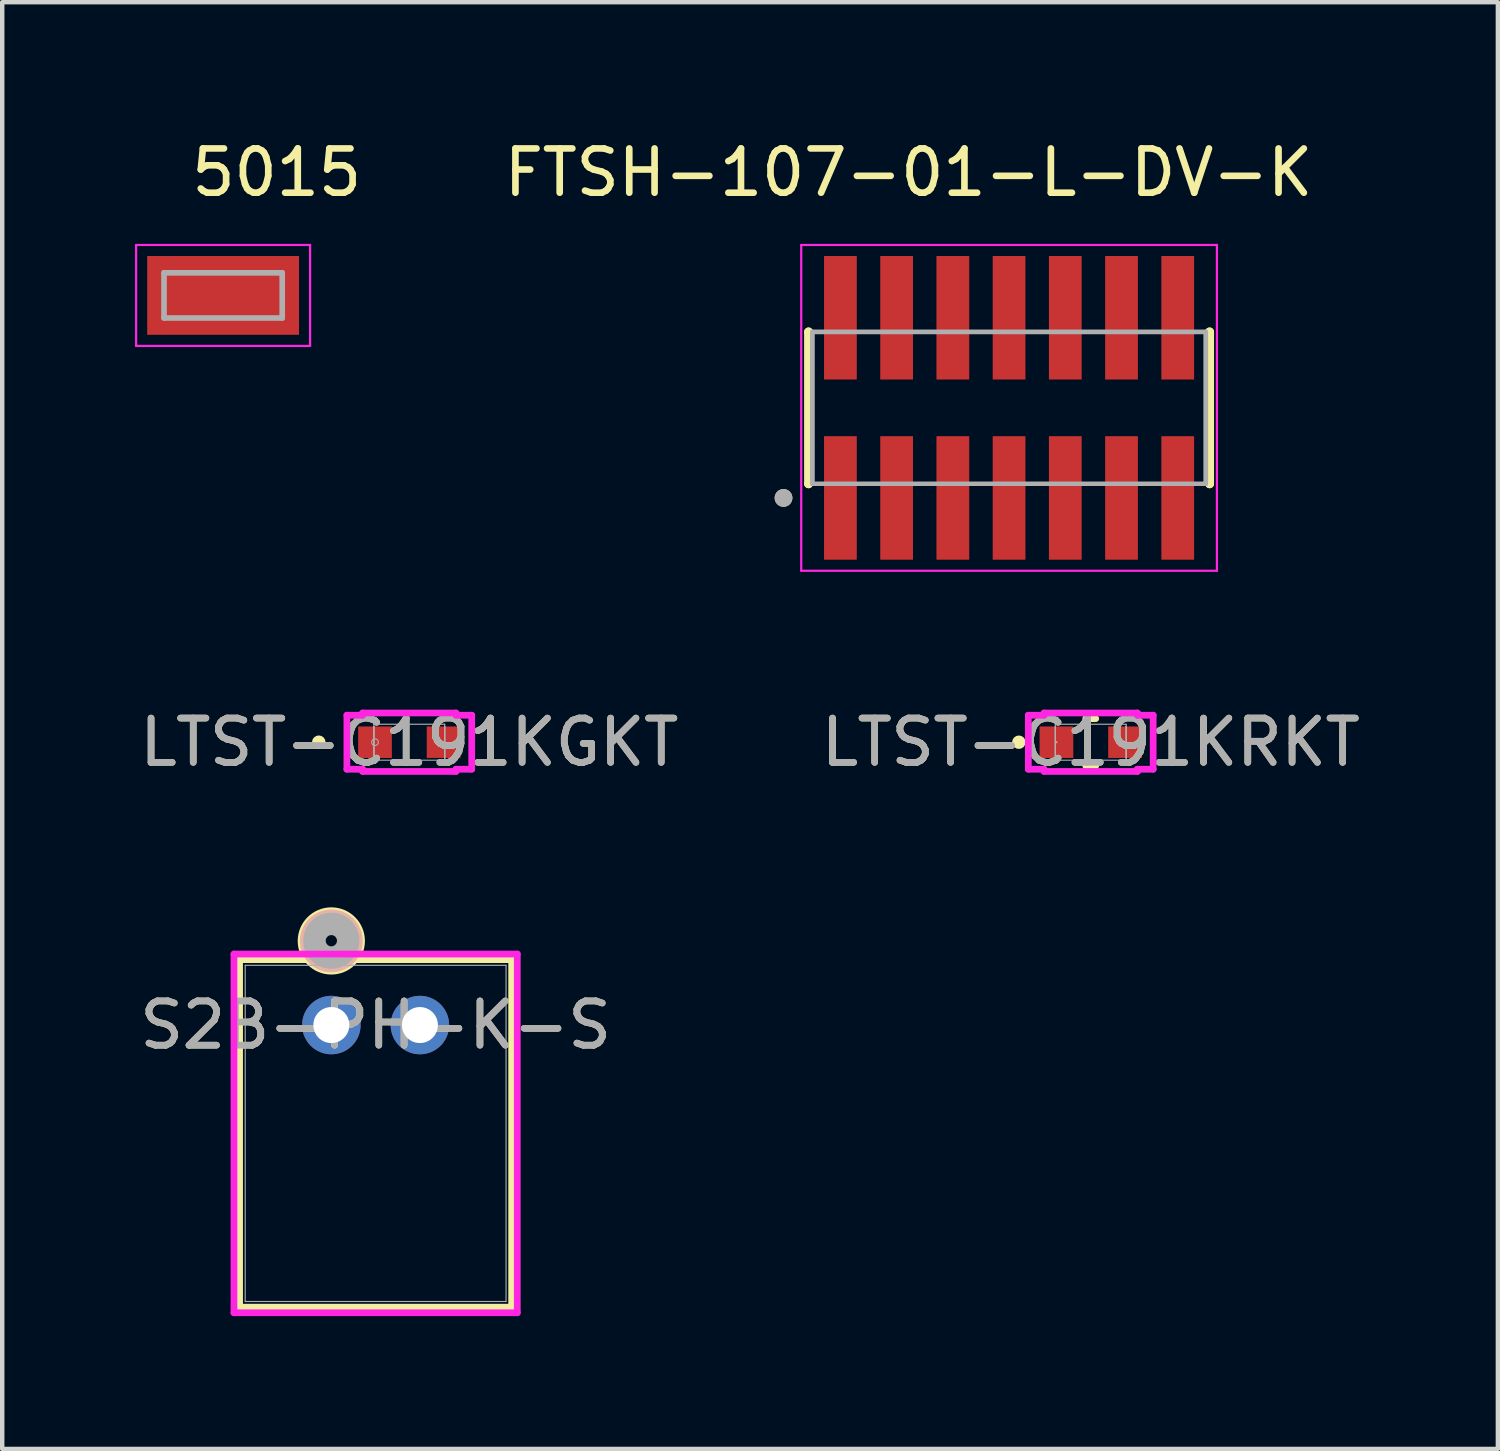
<source format=kicad_pcb>
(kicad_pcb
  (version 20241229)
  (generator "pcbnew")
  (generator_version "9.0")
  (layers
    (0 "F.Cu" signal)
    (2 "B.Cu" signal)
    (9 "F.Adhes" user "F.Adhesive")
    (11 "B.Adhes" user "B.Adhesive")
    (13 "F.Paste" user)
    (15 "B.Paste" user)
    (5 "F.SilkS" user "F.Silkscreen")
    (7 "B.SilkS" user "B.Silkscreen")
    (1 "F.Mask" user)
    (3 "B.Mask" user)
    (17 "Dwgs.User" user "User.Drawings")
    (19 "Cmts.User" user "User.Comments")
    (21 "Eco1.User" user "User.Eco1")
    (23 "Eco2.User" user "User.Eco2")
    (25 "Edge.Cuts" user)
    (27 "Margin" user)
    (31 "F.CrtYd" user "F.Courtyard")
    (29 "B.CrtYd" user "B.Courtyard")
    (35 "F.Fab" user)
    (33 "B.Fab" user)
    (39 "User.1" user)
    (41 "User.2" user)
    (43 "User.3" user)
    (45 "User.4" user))
  (footprint "FTSH-107-01-L-DV-K"
    (layer "F.Cu")
    (at 19.744 6.163)
    (property "Reference" "FTSH-107-01-L-DV-K" (at -2.27 -5.315 0) (layer "F.SilkS") (effects (font (size 1 1) (thickness 0.15))))
    (attr smd)
    (fp_line (start -4.53 -1.715) (end -4.53 -1.715) (stroke (width 0.2) (type solid)) (layer "F.SilkS"))
    (fp_line (start -4.53 1.715) (end -4.53 -1.715) (stroke (width 0.2) (type solid)) (layer "F.SilkS"))
    (fp_line (start -4.53 1.715) (end -4.53 1.715) (stroke (width 0.2) (type solid)) (layer "F.SilkS"))
    (fp_line (start 4.53 -1.715) (end 4.53 -1.715) (stroke (width 0.2) (type solid)) (layer "F.SilkS"))
    (fp_line (start 4.53 -1.715) (end 4.53 1.715) (stroke (width 0.2) (type solid)) (layer "F.SilkS"))
    (fp_line (start 4.53 1.715) (end 4.53 1.715) (stroke (width 0.2) (type solid)) (layer "F.SilkS"))
    (fp_circle (center -5.095 2.035) (end -4.995 2.035) (stroke (width 0.2) (type solid)) (fill no) (layer "F.SilkS"))
    (fp_line (start -4.695 -3.68) (end 4.695 -3.68) (stroke (width 0.05) (type solid)) (layer "F.CrtYd"))
    (fp_line (start -4.695 3.68) (end -4.695 -3.68) (stroke (width 0.05) (type solid)) (layer "F.CrtYd"))
    (fp_line (start 4.695 -3.68) (end 4.695 3.68) (stroke (width 0.05) (type solid)) (layer "F.CrtYd"))
    (fp_line (start 4.695 3.68) (end -4.695 3.68) (stroke (width 0.05) (type solid)) (layer "F.CrtYd"))
    (fp_line (start -4.445 -1.715) (end 4.445 -1.715) (stroke (width 0.1) (type solid)) (layer "F.Fab"))
    (fp_line (start -4.445 -1.715) (end 4.445 -1.715) (stroke (width 0.1) (type solid)) (layer "F.Fab"))
    (fp_line (start -4.445 1.715) (end -4.445 -1.715) (stroke (width 0.1) (type solid)) (layer "F.Fab"))
    (fp_line (start -4.445 1.715) (end -4.445 -1.715) (stroke (width 0.1) (type solid)) (layer "F.Fab"))
    (fp_line (start 4.445 -1.715) (end 4.445 1.715) (stroke (width 0.1) (type solid)) (layer "F.Fab"))
    (fp_line (start 4.445 -1.715) (end 4.445 1.715) (stroke (width 0.1) (type solid)) (layer "F.Fab"))
    (fp_line (start 4.445 1.715) (end -4.445 1.715) (stroke (width 0.1) (type solid)) (layer "F.Fab"))
    (fp_circle (center -5.095 2.035) (end -4.995 2.035) (stroke (width 0.2) (type solid)) (fill no) (layer "F.Fab"))
    (pad "01" smd rect (at -3.81 2.035) (size 0.74 2.79) (layers "F.Cu" "F.Mask" "F.Paste"))
    (pad "02" smd rect (at -3.81 -2.035) (size 0.74 2.79) (layers "F.Cu" "F.Mask" "F.Paste"))
    (pad "03" smd rect (at -2.54 2.035) (size 0.74 2.79) (layers "F.Cu" "F.Mask" "F.Paste"))
    (pad "04" smd rect (at -2.54 -2.035) (size 0.74 2.79) (layers "F.Cu" "F.Mask" "F.Paste"))
    (pad "05" smd rect (at -1.27 2.035) (size 0.74 2.79) (layers "F.Cu" "F.Mask" "F.Paste"))
    (pad "06" smd rect (at -1.27 -2.035) (size 0.74 2.79) (layers "F.Cu" "F.Mask" "F.Paste"))
    (pad "07" smd rect (at 0 2.035) (size 0.74 2.79) (layers "F.Cu" "F.Mask" "F.Paste"))
    (pad "08" smd rect (at 0 -2.035) (size 0.74 2.79) (layers "F.Cu" "F.Mask" "F.Paste"))
    (pad "09" smd rect (at 1.27 2.035) (size 0.74 2.79) (layers "F.Cu" "F.Mask" "F.Paste"))
    (pad "10" smd rect (at 1.27 -2.035) (size 0.74 2.79) (layers "F.Cu" "F.Mask" "F.Paste"))
    (pad "11" smd rect (at 2.54 2.035) (size 0.74 2.79) (layers "F.Cu" "F.Mask" "F.Paste"))
    (pad "12" smd rect (at 2.54 -2.035) (size 0.74 2.79) (layers "F.Cu" "F.Mask" "F.Paste"))
    (pad "13" smd rect (at 3.81 2.035) (size 0.74 2.79) (layers "F.Cu" "F.Mask" "F.Paste"))
    (pad "14" smd rect (at 3.81 -2.035) (size 0.74 2.79) (layers "F.Cu" "F.Mask" "F.Paste")))
  (footprint "LTST-C191KGKT"
    (layer "F.Cu")
    (at 6.196 13.716)
    (property "Reference" "LTST-C191KGKT" (at 0 0 0) (unlocked yes) (layer "F.SilkS") (effects (font (size 1 1) (thickness 0.15))))
    (attr smd)
    (fp_circle (center -2.045 0) (end -1.968 0) (stroke (width 0.152) (type solid)) (fill no) (layer "F.SilkS"))
    (fp_line (start -1.41 -0.61) (end -1.054 -0.61) (stroke (width 0.152) (type solid)) (layer "F.CrtYd"))
    (fp_line (start -1.41 0.61) (end -1.41 -0.61) (stroke (width 0.152) (type solid)) (layer "F.CrtYd"))
    (fp_line (start -1.054 -0.66) (end 1.054 -0.66) (stroke (width 0.152) (type solid)) (layer "F.CrtYd"))
    (fp_line (start -1.054 -0.61) (end -1.054 -0.66) (stroke (width 0.152) (type solid)) (layer "F.CrtYd"))
    (fp_line (start -1.054 0.61) (end -1.41 0.61) (stroke (width 0.152) (type solid)) (layer "F.CrtYd"))
    (fp_line (start -1.054 0.66) (end -1.054 0.61) (stroke (width 0.152) (type solid)) (layer "F.CrtYd"))
    (fp_line (start 1.054 -0.66) (end 1.054 -0.61) (stroke (width 0.152) (type solid)) (layer "F.CrtYd"))
    (fp_line (start 1.054 -0.61) (end 1.41 -0.61) (stroke (width 0.152) (type solid)) (layer "F.CrtYd"))
    (fp_line (start 1.054 0.61) (end 1.054 0.66) (stroke (width 0.152) (type solid)) (layer "F.CrtYd"))
    (fp_line (start 1.054 0.66) (end -1.054 0.66) (stroke (width 0.152) (type solid)) (layer "F.CrtYd"))
    (fp_line (start 1.41 -0.61) (end 1.41 0.61) (stroke (width 0.152) (type solid)) (layer "F.CrtYd"))
    (fp_line (start 1.41 0.61) (end 1.054 0.61) (stroke (width 0.152) (type solid)) (layer "F.CrtYd"))
    (fp_line (start -0.8 -0.406) (end -0.8 0.406) (stroke (width 0.025) (type solid)) (layer "F.Fab"))
    (fp_line (start -0.8 -0.356) (end -0.8 -0.356) (stroke (width 0.025) (type solid)) (layer "F.Fab"))
    (fp_line (start -0.8 -0.356) (end -0.8 0.356) (stroke (width 0.025) (type solid)) (layer "F.Fab"))
    (fp_line (start -0.8 0.356) (end -0.8 -0.356) (stroke (width 0.025) (type solid)) (layer "F.Fab"))
    (fp_line (start -0.8 0.356) (end -0.8 0.356) (stroke (width 0.025) (type solid)) (layer "F.Fab"))
    (fp_line (start -0.8 0.406) (end 0.8 0.406) (stroke (width 0.025) (type solid)) (layer "F.Fab"))
    (fp_line (start 0.8 -0.406) (end -0.8 -0.406) (stroke (width 0.025) (type solid)) (layer "F.Fab"))
    (fp_line (start 0.8 -0.356) (end 0.8 -0.356) (stroke (width 0.025) (type solid)) (layer "F.Fab"))
    (fp_line (start 0.8 -0.356) (end 0.8 0.356) (stroke (width 0.025) (type solid)) (layer "F.Fab"))
    (fp_line (start 0.8 0.356) (end 0.8 -0.356) (stroke (width 0.025) (type solid)) (layer "F.Fab"))
    (fp_line (start 0.8 0.356) (end 0.8 0.356) (stroke (width 0.025) (type solid)) (layer "F.Fab"))
    (fp_line (start 0.8 0.406) (end 0.8 -0.406) (stroke (width 0.025) (type solid)) (layer "F.Fab"))
    (fp_circle (center -0.775 0) (end -0.699 0) (stroke (width 0.025) (type solid)) (fill no) (layer "F.Fab"))
    (fp_text user "${REFERENCE}" (at 0 0 0) (unlocked yes) (layer "F.Fab") (effects (font (size 1 1) (thickness 0.15))))
    (pad "1" smd rect (at -0.775 0) (size 0.762 0.711) (layers "F.Cu" "F.Mask" "F.Paste"))
    (pad "2" smd rect (at 0.775 0) (size 0.762 0.711) (layers "F.Cu" "F.Mask" "F.Paste"))
    (zone (net_name "") (layer "F.Cu") (hatch full 0.508) (connect_pads) (min_thickness 0.254) (filled_areas_thickness no) (keepout (tracks not_allowed) (vias not_allowed) (pads allowed) (copperpour not_allowed) (footprints allowed)) (placement (enabled no)) (fill) (polygon (pts (xy 5.854 13.361) (xy 6.539 13.361) (xy 6.539 14.072) (xy 5.854 14.072)))))
  (footprint "5015"
    (layer "F.Cu")
    (at 1.99 3.623)
    (property "Reference" "5015" (at 1.21 -2.775 0) (layer "F.SilkS") (effects (font (size 1 1) (thickness 0.15))))
    (attr smd)
    (fp_line (start -1.965 -1.14) (end -1.965 1.14) (stroke (width 0.05) (type solid)) (layer "F.CrtYd"))
    (fp_line (start -1.965 1.14) (end 1.965 1.14) (stroke (width 0.05) (type solid)) (layer "F.CrtYd"))
    (fp_line (start 1.965 -1.14) (end -1.965 -1.14) (stroke (width 0.05) (type solid)) (layer "F.CrtYd"))
    (fp_line (start 1.965 1.14) (end 1.965 -1.14) (stroke (width 0.05) (type solid)) (layer "F.CrtYd"))
    (fp_line (start -1.335 -0.51) (end 1.335 -0.51) (stroke (width 0.127) (type solid)) (layer "F.Fab"))
    (fp_line (start -1.335 0.51) (end -1.335 -0.51) (stroke (width 0.127) (type solid)) (layer "F.Fab"))
    (fp_line (start 1.335 -0.51) (end 1.335 0.51) (stroke (width 0.127) (type solid)) (layer "F.Fab"))
    (fp_line (start 1.335 0.51) (end -1.335 0.51) (stroke (width 0.127) (type solid)) (layer "F.Fab"))
    (pad "TP" smd rect (at 0 0) (size 3.43 1.78) (layers "F.Cu" "F.Mask" "F.Paste")))
  (footprint "S2B-PH-K-S"
    (layer "F.Cu")
    (at 4.435 20.105)
    (property "Reference" "S2B-PH-K-S" (at 1 0 0) (unlocked yes) (layer "F.SilkS") (effects (font (size 1 1) (thickness 0.15))))
    (attr through_hole)
    (fp_line (start -2.073 -1.477) (end -2.073 6.372) (stroke (width 0.152) (type solid)) (layer "F.SilkS"))
    (fp_line (start -2.073 6.372) (end 4.073 6.372) (stroke (width 0.152) (type solid)) (layer "F.SilkS"))
    (fp_line (start 4.073 -1.477) (end -2.073 -1.477) (stroke (width 0.152) (type solid)) (layer "F.SilkS"))
    (fp_line (start 4.073 6.372) (end 4.073 -1.477) (stroke (width 0.152) (type solid)) (layer "F.SilkS"))
    (fp_circle (center -0.001 -1.9) (end 0.25 -1.9) (stroke (width 0.508) (type solid)) (fill no) (layer "F.SilkS"))
    (fp_circle (center -0.001 -1.9) (end 0.2 -1.9) (stroke (width 0.508) (type solid)) (fill no) (layer "B.SilkS"))
    (fp_line (start -2.2 -1.604) (end -2.2 6.499) (stroke (width 0.152) (type solid)) (layer "F.CrtYd"))
    (fp_line (start -2.2 6.499) (end 4.2 6.499) (stroke (width 0.152) (type solid)) (layer "F.CrtYd"))
    (fp_line (start 4.2 -1.604) (end -2.2 -1.604) (stroke (width 0.152) (type solid)) (layer "F.CrtYd"))
    (fp_line (start 4.2 6.499) (end 4.2 -1.604) (stroke (width 0.152) (type solid)) (layer "F.CrtYd"))
    (fp_line (start -1.946 -1.35) (end -1.946 6.245) (stroke (width 0.025) (type solid)) (layer "F.Fab"))
    (fp_line (start -1.946 6.245) (end 3.946 6.245) (stroke (width 0.025) (type solid)) (layer "F.Fab"))
    (fp_line (start 3.946 -1.35) (end -1.946 -1.35) (stroke (width 0.025) (type solid)) (layer "F.Fab"))
    (fp_line (start 3.946 6.245) (end 3.946 -1.35) (stroke (width 0.025) (type solid)) (layer "F.Fab"))
    (fp_circle (center 0 -1.905) (end 0.381 -1.905) (stroke (width 0.508) (type solid)) (fill no) (layer "F.Fab"))
    (fp_text user "${REFERENCE}" (at 1 0 0) (unlocked yes) (layer "F.Fab") (effects (font (size 1 1) (thickness 0.15))))
    (pad "1" thru_hole circle (at 0 0) (size 1.321 1.321) (drill 0.813) (layers "*.Cu" "*.Mask"))
    (pad "2" thru_hole circle (at 2 0) (size 1.321 1.321) (drill 0.813) (layers "*.Cu" "*.Mask")))
  (footprint "LTST-C191KRKT"
    (layer "F.Cu")
    (at 21.589 13.716)
    (property "Reference" "LTST-C191KRKT" (at 0 0 0) (unlocked yes) (layer "F.SilkS") (effects (font (size 1 1) (thickness 0.15))))
    (attr smd)
    (fp_line (start -0.112 0.533) (end 0.112 0.533) (stroke (width 0.152) (type solid)) (layer "F.SilkS"))
    (fp_line (start 0.112 -0.533) (end -0.112 -0.533) (stroke (width 0.152) (type solid)) (layer "F.SilkS"))
    (fp_circle (center -1.624 0) (end -1.548 0) (stroke (width 0.152) (type solid)) (fill no) (layer "F.SilkS"))
    (fp_line (start -1.41 -0.61) (end -1.054 -0.61) (stroke (width 0.152) (type solid)) (layer "F.CrtYd"))
    (fp_line (start -1.41 0.61) (end -1.41 -0.61) (stroke (width 0.152) (type solid)) (layer "F.CrtYd"))
    (fp_line (start -1.054 -0.66) (end 1.054 -0.66) (stroke (width 0.152) (type solid)) (layer "F.CrtYd"))
    (fp_line (start -1.054 -0.61) (end -1.054 -0.66) (stroke (width 0.152) (type solid)) (layer "F.CrtYd"))
    (fp_line (start -1.054 0.61) (end -1.41 0.61) (stroke (width 0.152) (type solid)) (layer "F.CrtYd"))
    (fp_line (start -1.054 0.66) (end -1.054 0.61) (stroke (width 0.152) (type solid)) (layer "F.CrtYd"))
    (fp_line (start 1.054 -0.66) (end 1.054 -0.61) (stroke (width 0.152) (type solid)) (layer "F.CrtYd"))
    (fp_line (start 1.054 -0.61) (end 1.41 -0.61) (stroke (width 0.152) (type solid)) (layer "F.CrtYd"))
    (fp_line (start 1.054 0.61) (end 1.054 0.66) (stroke (width 0.152) (type solid)) (layer "F.CrtYd"))
    (fp_line (start 1.054 0.66) (end -1.054 0.66) (stroke (width 0.152) (type solid)) (layer "F.CrtYd"))
    (fp_line (start 1.41 -0.61) (end 1.41 0.61) (stroke (width 0.152) (type solid)) (layer "F.CrtYd"))
    (fp_line (start 1.41 0.61) (end 1.054 0.61) (stroke (width 0.152) (type solid)) (layer "F.CrtYd"))
    (fp_line (start -0.8 -0.406) (end -0.8 0.406) (stroke (width 0.025) (type solid)) (layer "F.Fab"))
    (fp_line (start -0.8 -0.356) (end -0.8 -0.356) (stroke (width 0.025) (type solid)) (layer "F.Fab"))
    (fp_line (start -0.8 -0.356) (end -0.8 0.356) (stroke (width 0.025) (type solid)) (layer "F.Fab"))
    (fp_line (start -0.8 0.356) (end -0.8 -0.356) (stroke (width 0.025) (type solid)) (layer "F.Fab"))
    (fp_line (start -0.8 0.356) (end -0.8 0.356) (stroke (width 0.025) (type solid)) (layer "F.Fab"))
    (fp_line (start -0.8 0.406) (end 0.8 0.406) (stroke (width 0.025) (type solid)) (layer "F.Fab"))
    (fp_line (start 0.8 -0.406) (end -0.8 -0.406) (stroke (width 0.025) (type solid)) (layer "F.Fab"))
    (fp_line (start 0.8 -0.356) (end 0.8 -0.356) (stroke (width 0.025) (type solid)) (layer "F.Fab"))
    (fp_line (start 0.8 -0.356) (end 0.8 0.356) (stroke (width 0.025) (type solid)) (layer "F.Fab"))
    (fp_line (start 0.8 0.356) (end 0.8 -0.356) (stroke (width 0.025) (type solid)) (layer "F.Fab"))
    (fp_line (start 0.8 0.356) (end 0.8 0.356) (stroke (width 0.025) (type solid)) (layer "F.Fab"))
    (fp_line (start 0.8 0.406) (end 0.8 -0.406) (stroke (width 0.025) (type solid)) (layer "F.Fab"))
    (fp_circle (center -0.775 0) (end -0.775 0) (stroke (width 0.025) (type solid)) (fill no) (layer "F.Fab"))
    (fp_text user "${REFERENCE}" (at 0 0 0) (unlocked yes) (layer "F.Fab") (effects (font (size 1 1) (thickness 0.15))))
    (pad "1" smd rect (at -0.775 0) (size 0.762 0.711) (layers "F.Cu" "F.Mask" "F.Paste"))
    (pad "2" smd rect (at 0.775 0) (size 0.762 0.711) (layers "F.Cu" "F.Mask" "F.Paste"))
    (zone (net_name "") (layer "F.Cu") (hatch full 0.508) (connect_pads) (min_thickness 0.254) (filled_areas_thickness no) (keepout (tracks not_allowed) (vias not_allowed) (pads allowed) (copperpour not_allowed) (footprints allowed)) (placement (enabled no)) (fill) (polygon (pts (xy 21.246 13.361) (xy 21.932 13.361) (xy 21.932 14.072) (xy 21.246 14.072)))))
  (gr_rect
    (start -3 -3)
    (end 30.786 29.68)
    (stroke (width 0.1) (type default))
    (fill no)
    (layer "Edge.Cuts")))
</source>
